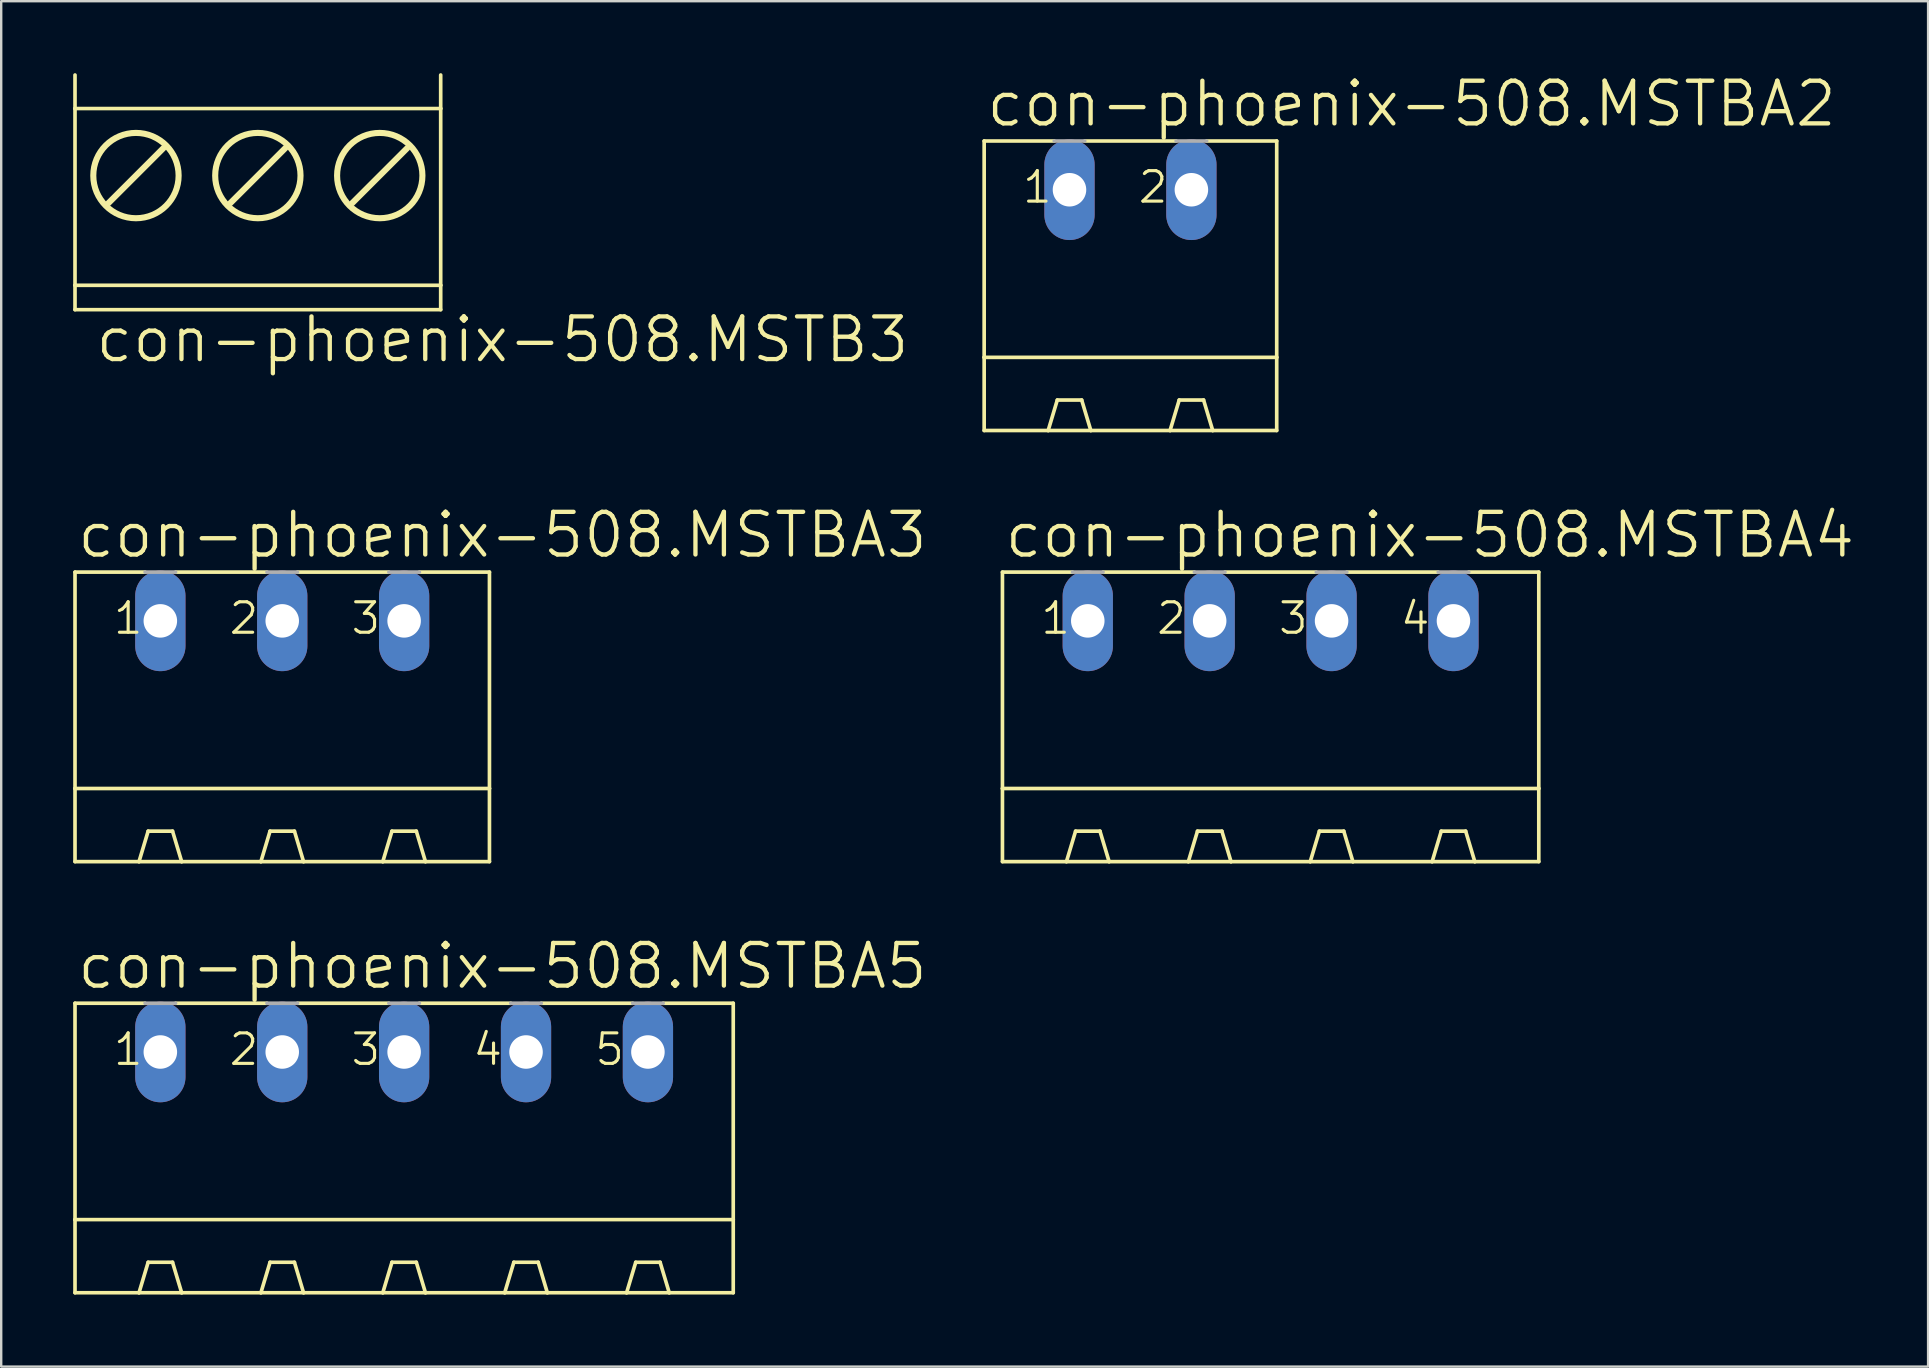
<source format=kicad_pcb>
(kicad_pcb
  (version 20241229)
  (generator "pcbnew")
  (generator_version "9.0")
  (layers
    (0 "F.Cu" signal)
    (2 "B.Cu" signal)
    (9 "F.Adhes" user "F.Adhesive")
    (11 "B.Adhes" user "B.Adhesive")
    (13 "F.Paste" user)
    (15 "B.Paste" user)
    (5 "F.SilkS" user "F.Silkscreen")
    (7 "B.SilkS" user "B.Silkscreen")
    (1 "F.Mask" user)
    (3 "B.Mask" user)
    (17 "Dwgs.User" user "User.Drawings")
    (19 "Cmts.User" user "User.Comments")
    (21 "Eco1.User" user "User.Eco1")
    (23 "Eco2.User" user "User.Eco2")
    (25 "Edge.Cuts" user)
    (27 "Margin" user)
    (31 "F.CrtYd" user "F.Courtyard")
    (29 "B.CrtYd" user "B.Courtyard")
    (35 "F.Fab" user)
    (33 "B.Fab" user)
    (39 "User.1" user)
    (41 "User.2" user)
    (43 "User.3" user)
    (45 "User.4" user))
  (footprint "con-phoenix-508.MSTB3"
    (layer "F.Cu")
    (at 7.696 5.283)
    (property "Reference" "con-phoenix-508.MSTB3" (at -6.858 6.858 0) (layer "F.SilkS") (effects (font (size 1.778 1.778) (thickness 0.18)) (justify left bottom)))
    (fp_line (start -7.62 -3.81) (end -7.62 -5.207) (stroke (width 0.152) (type default)) (layer "F.SilkS"))
    (fp_line (start -7.62 -3.81) (end -7.62 3.556) (stroke (width 0.152) (type default)) (layer "F.SilkS"))
    (fp_line (start -7.62 -3.81) (end 7.62 -3.81) (stroke (width 0.152) (type default)) (layer "F.SilkS"))
    (fp_line (start -7.62 3.556) (end -7.62 4.572) (stroke (width 0.152) (type default)) (layer "F.SilkS"))
    (fp_line (start -7.62 3.556) (end 7.62 3.556) (stroke (width 0.152) (type default)) (layer "F.SilkS"))
    (fp_line (start -7.62 4.572) (end 7.62 4.572) (stroke (width 0.152) (type default)) (layer "F.SilkS"))
    (fp_line (start -6.223 0.127) (end -3.937 -2.159) (stroke (width 0.254) (type default)) (layer "F.SilkS"))
    (fp_line (start -1.143 0.127) (end 1.143 -2.159) (stroke (width 0.254) (type default)) (layer "F.SilkS"))
    (fp_line (start 3.937 0.127) (end 6.223 -2.159) (stroke (width 0.254) (type default)) (layer "F.SilkS"))
    (fp_line (start 7.62 -3.81) (end 7.62 -5.207) (stroke (width 0.152) (type default)) (layer "F.SilkS"))
    (fp_line (start 7.62 -3.81) (end 7.62 3.556) (stroke (width 0.152) (type default)) (layer "F.SilkS"))
    (fp_line (start 7.62 3.556) (end 7.62 4.572) (stroke (width 0.152) (type default)) (layer "F.SilkS"))
    (fp_circle (center -5.08 -1.016) (end -3.302 -1.016) (stroke (width 0.254) (type default)) (fill no) (layer "F.SilkS"))
    (fp_circle (center 0 -1.016) (end 1.778 -1.016) (stroke (width 0.254) (type default)) (fill no) (layer "F.SilkS"))
    (fp_circle (center 5.08 -1.016) (end 6.858 -1.016) (stroke (width 0.254) (type default)) (fill no) (layer "F.SilkS")))
  (footprint "con-phoenix-508.MSTBA5"
    (layer "F.Cu")
    (at 13.792 45.872)
    (property "Reference" "con-phoenix-508.MSTBA5" (at -13.716 -7.62 0) (layer "F.SilkS") (effects (font (size 1.778 1.778) (thickness 0.18)) (justify left bottom)))
    (attr through_hole)
    (fp_line (start -13.716 -7.112) (end -13.716 1.905) (stroke (width 0.152) (type default)) (layer "F.SilkS"))
    (fp_line (start -13.716 -7.112) (end -10.795 -7.112) (stroke (width 0.152) (type default)) (layer "F.SilkS"))
    (fp_line (start -13.716 1.905) (end -13.716 4.953) (stroke (width 0.152) (type default)) (layer "F.SilkS"))
    (fp_line (start -13.716 1.905) (end 13.716 1.905) (stroke (width 0.152) (type default)) (layer "F.SilkS"))
    (fp_line (start -13.716 4.953) (end -11.049 4.953) (stroke (width 0.152) (type default)) (layer "F.SilkS"))
    (fp_line (start -11.049 4.953) (end -10.668 3.683) (stroke (width 0.152) (type default)) (layer "F.SilkS"))
    (fp_line (start -11.049 4.953) (end -9.271 4.953) (stroke (width 0.152) (type default)) (layer "F.SilkS"))
    (fp_line (start -9.652 3.683) (end -10.668 3.683) (stroke (width 0.152) (type default)) (layer "F.SilkS"))
    (fp_line (start -9.525 -7.112) (end -5.715 -7.112) (stroke (width 0.152) (type default)) (layer "F.SilkS"))
    (fp_line (start -9.271 4.953) (end -9.652 3.683) (stroke (width 0.152) (type default)) (layer "F.SilkS"))
    (fp_line (start -9.271 4.953) (end -5.969 4.953) (stroke (width 0.152) (type default)) (layer "F.SilkS"))
    (fp_line (start -5.969 4.953) (end -5.588 3.683) (stroke (width 0.152) (type default)) (layer "F.SilkS"))
    (fp_line (start -5.969 4.953) (end -4.191 4.953) (stroke (width 0.152) (type default)) (layer "F.SilkS"))
    (fp_line (start -5.588 3.683) (end -4.572 3.683) (stroke (width 0.152) (type default)) (layer "F.SilkS"))
    (fp_line (start -4.445 -7.112) (end -0.635 -7.112) (stroke (width 0.152) (type default)) (layer "F.SilkS"))
    (fp_line (start -4.191 4.953) (end -4.572 3.683) (stroke (width 0.152) (type default)) (layer "F.SilkS"))
    (fp_line (start -4.191 4.953) (end -0.889 4.953) (stroke (width 0.152) (type default)) (layer "F.SilkS"))
    (fp_line (start -0.889 4.953) (end -0.508 3.683) (stroke (width 0.152) (type default)) (layer "F.SilkS"))
    (fp_line (start -0.889 4.953) (end 0.889 4.953) (stroke (width 0.152) (type default)) (layer "F.SilkS"))
    (fp_line (start -0.508 3.683) (end 0.508 3.683) (stroke (width 0.152) (type default)) (layer "F.SilkS"))
    (fp_line (start 0.635 -7.112) (end 4.445 -7.112) (stroke (width 0.152) (type default)) (layer "F.SilkS"))
    (fp_line (start 0.889 4.953) (end 0.508 3.683) (stroke (width 0.152) (type default)) (layer "F.SilkS"))
    (fp_line (start 0.889 4.953) (end 4.191 4.953) (stroke (width 0.152) (type default)) (layer "F.SilkS"))
    (fp_line (start 4.191 4.953) (end 4.572 3.683) (stroke (width 0.152) (type default)) (layer "F.SilkS"))
    (fp_line (start 4.191 4.953) (end 5.969 4.953) (stroke (width 0.152) (type default)) (layer "F.SilkS"))
    (fp_line (start 4.572 3.683) (end 5.588 3.683) (stroke (width 0.152) (type default)) (layer "F.SilkS"))
    (fp_line (start 5.715 -7.112) (end 9.525 -7.112) (stroke (width 0.152) (type default)) (layer "F.SilkS"))
    (fp_line (start 5.969 4.953) (end 5.588 3.683) (stroke (width 0.152) (type default)) (layer "F.SilkS"))
    (fp_line (start 5.969 4.953) (end 9.271 4.953) (stroke (width 0.152) (type default)) (layer "F.SilkS"))
    (fp_line (start 9.271 4.953) (end 9.652 3.683) (stroke (width 0.152) (type default)) (layer "F.SilkS"))
    (fp_line (start 9.271 4.953) (end 11.049 4.953) (stroke (width 0.152) (type default)) (layer "F.SilkS"))
    (fp_line (start 9.652 3.683) (end 10.668 3.683) (stroke (width 0.152) (type default)) (layer "F.SilkS"))
    (fp_line (start 10.795 -7.112) (end 13.716 -7.112) (stroke (width 0.152) (type default)) (layer "F.SilkS"))
    (fp_line (start 11.049 4.953) (end 10.668 3.683) (stroke (width 0.152) (type default)) (layer "F.SilkS"))
    (fp_line (start 11.049 4.953) (end 13.716 4.953) (stroke (width 0.152) (type default)) (layer "F.SilkS"))
    (fp_line (start 13.716 -7.112) (end 13.716 1.905) (stroke (width 0.152) (type default)) (layer "F.SilkS"))
    (fp_line (start 13.716 1.905) (end 13.716 4.953) (stroke (width 0.152) (type default)) (layer "F.SilkS"))
    (fp_line (start -10.795 -7.112) (end -9.525 -7.112) (stroke (width 0.152) (type default)) (layer "F.Fab"))
    (fp_line (start -5.715 -7.112) (end -4.445 -7.112) (stroke (width 0.152) (type default)) (layer "F.Fab"))
    (fp_line (start -0.635 -7.112) (end 0.635 -7.112) (stroke (width 0.152) (type default)) (layer "F.Fab"))
    (fp_line (start 4.445 -7.112) (end 5.715 -7.112) (stroke (width 0.152) (type default)) (layer "F.Fab"))
    (fp_line (start 9.525 -7.112) (end 10.795 -7.112) (stroke (width 0.152) (type default)) (layer "F.Fab"))
    (fp_text user "1" (at -12.192 -4.445 0) (layer "F.SilkS") (effects (font (size 1.27 1.27) (thickness 0.13)) (justify left bottom)))
    (fp_text user "2" (at -7.366 -4.445 0) (layer "F.SilkS") (effects (font (size 1.27 1.27) (thickness 0.13)) (justify left bottom)))
    (fp_text user "4" (at 2.794 -4.445 0) (layer "F.SilkS") (effects (font (size 1.27 1.27) (thickness 0.13)) (justify left bottom)))
    (fp_text user "3" (at -2.286 -4.445 0) (layer "F.SilkS") (effects (font (size 1.27 1.27) (thickness 0.13)) (justify left bottom)))
    (fp_text user "5" (at 7.874 -4.445 0) (layer "F.SilkS") (effects (font (size 1.27 1.27) (thickness 0.13)) (justify left bottom)))
    (pad "1" thru_hole oval (at -10.16 -5.08 90) (size 4.191 2.095) (drill 1.397) (layers "*.Cu" "*.Mask"))
    (pad "2" thru_hole oval (at -5.08 -5.08 90) (size 4.191 2.095) (drill 1.397) (layers "*.Cu" "*.Mask"))
    (pad "3" thru_hole oval (at 0 -5.08 90) (size 4.191 2.095) (drill 1.397) (layers "*.Cu" "*.Mask"))
    (pad "4" thru_hole oval (at 5.08 -5.08 90) (size 4.191 2.095) (drill 1.397) (layers "*.Cu" "*.Mask"))
    (pad "5" thru_hole oval (at 10.16 -5.08 90) (size 4.191 2.095) (drill 1.397) (layers "*.Cu" "*.Mask")))
  (footprint "con-phoenix-508.MSTBA2"
    (layer "F.Cu")
    (at 44.061 9.938)
    (property "Reference" "con-phoenix-508.MSTBA2" (at -6.096 -7.62 0) (layer "F.SilkS") (effects (font (size 1.778 1.778) (thickness 0.18)) (justify left bottom)))
    (attr through_hole)
    (fp_line (start -6.096 -7.112) (end -6.096 1.905) (stroke (width 0.152) (type default)) (layer "F.SilkS"))
    (fp_line (start -6.096 -7.112) (end -3.175 -7.112) (stroke (width 0.152) (type default)) (layer "F.SilkS"))
    (fp_line (start -6.096 1.905) (end -6.096 4.953) (stroke (width 0.152) (type default)) (layer "F.SilkS"))
    (fp_line (start -6.096 1.905) (end 6.096 1.905) (stroke (width 0.152) (type default)) (layer "F.SilkS"))
    (fp_line (start -6.096 4.953) (end -3.429 4.953) (stroke (width 0.152) (type default)) (layer "F.SilkS"))
    (fp_line (start -3.429 4.953) (end -3.048 3.683) (stroke (width 0.152) (type default)) (layer "F.SilkS"))
    (fp_line (start -3.429 4.953) (end -1.651 4.953) (stroke (width 0.152) (type default)) (layer "F.SilkS"))
    (fp_line (start -2.032 3.683) (end -3.048 3.683) (stroke (width 0.152) (type default)) (layer "F.SilkS"))
    (fp_line (start -1.905 -7.112) (end 1.905 -7.112) (stroke (width 0.152) (type default)) (layer "F.SilkS"))
    (fp_line (start -1.651 4.953) (end -2.032 3.683) (stroke (width 0.152) (type default)) (layer "F.SilkS"))
    (fp_line (start -1.651 4.953) (end 1.651 4.953) (stroke (width 0.152) (type default)) (layer "F.SilkS"))
    (fp_line (start 1.651 4.953) (end 2.032 3.683) (stroke (width 0.152) (type default)) (layer "F.SilkS"))
    (fp_line (start 1.651 4.953) (end 3.429 4.953) (stroke (width 0.152) (type default)) (layer "F.SilkS"))
    (fp_line (start 2.032 3.683) (end 3.048 3.683) (stroke (width 0.152) (type default)) (layer "F.SilkS"))
    (fp_line (start 3.175 -7.112) (end 6.096 -7.112) (stroke (width 0.152) (type default)) (layer "F.SilkS"))
    (fp_line (start 3.429 4.953) (end 3.048 3.683) (stroke (width 0.152) (type default)) (layer "F.SilkS"))
    (fp_line (start 3.429 4.953) (end 6.096 4.953) (stroke (width 0.152) (type default)) (layer "F.SilkS"))
    (fp_line (start 6.096 -7.112) (end 6.096 1.905) (stroke (width 0.152) (type default)) (layer "F.SilkS"))
    (fp_line (start 6.096 1.905) (end 6.096 4.953) (stroke (width 0.152) (type default)) (layer "F.SilkS"))
    (fp_line (start -3.175 -7.112) (end -1.905 -7.112) (stroke (width 0.152) (type default)) (layer "F.Fab"))
    (fp_line (start 1.905 -7.112) (end 3.175 -7.112) (stroke (width 0.152) (type default)) (layer "F.Fab"))
    (fp_text user "1" (at -4.572 -4.445 0) (layer "F.SilkS") (effects (font (size 1.27 1.27) (thickness 0.13)) (justify left bottom)))
    (fp_text user "2" (at 0.254 -4.445 0) (layer "F.SilkS") (effects (font (size 1.27 1.27) (thickness 0.13)) (justify left bottom)))
    (pad "1" thru_hole oval (at -2.54 -5.08 90) (size 4.191 2.095) (drill 1.397) (layers "*.Cu" "*.Mask"))
    (pad "2" thru_hole oval (at 2.54 -5.08 90) (size 4.191 2.095) (drill 1.397) (layers "*.Cu" "*.Mask")))
  (footprint "con-phoenix-508.MSTBA3"
    (layer "F.Cu")
    (at 8.712 27.905)
    (property "Reference" "con-phoenix-508.MSTBA3" (at -8.636 -7.62 0) (layer "F.SilkS") (effects (font (size 1.778 1.778) (thickness 0.18)) (justify left bottom)))
    (attr through_hole)
    (fp_line (start -8.636 -7.112) (end -8.636 1.905) (stroke (width 0.152) (type default)) (layer "F.SilkS"))
    (fp_line (start -8.636 -7.112) (end -5.715 -7.112) (stroke (width 0.152) (type default)) (layer "F.SilkS"))
    (fp_line (start -8.636 1.905) (end -8.636 4.953) (stroke (width 0.152) (type default)) (layer "F.SilkS"))
    (fp_line (start -8.636 1.905) (end 8.636 1.905) (stroke (width 0.152) (type default)) (layer "F.SilkS"))
    (fp_line (start -8.636 4.953) (end -5.969 4.953) (stroke (width 0.152) (type default)) (layer "F.SilkS"))
    (fp_line (start -5.969 4.953) (end -5.588 3.683) (stroke (width 0.152) (type default)) (layer "F.SilkS"))
    (fp_line (start -5.969 4.953) (end -4.191 4.953) (stroke (width 0.152) (type default)) (layer "F.SilkS"))
    (fp_line (start -4.572 3.683) (end -5.588 3.683) (stroke (width 0.152) (type default)) (layer "F.SilkS"))
    (fp_line (start -4.445 -7.112) (end -0.635 -7.112) (stroke (width 0.152) (type default)) (layer "F.SilkS"))
    (fp_line (start -4.191 4.953) (end -4.572 3.683) (stroke (width 0.152) (type default)) (layer "F.SilkS"))
    (fp_line (start -4.191 4.953) (end -0.889 4.953) (stroke (width 0.152) (type default)) (layer "F.SilkS"))
    (fp_line (start -0.889 4.953) (end -0.508 3.683) (stroke (width 0.152) (type default)) (layer "F.SilkS"))
    (fp_line (start -0.889 4.953) (end 0.889 4.953) (stroke (width 0.152) (type default)) (layer "F.SilkS"))
    (fp_line (start -0.508 3.683) (end 0.508 3.683) (stroke (width 0.152) (type default)) (layer "F.SilkS"))
    (fp_line (start 0.635 -7.112) (end 4.445 -7.112) (stroke (width 0.152) (type default)) (layer "F.SilkS"))
    (fp_line (start 0.889 4.953) (end 0.508 3.683) (stroke (width 0.152) (type default)) (layer "F.SilkS"))
    (fp_line (start 0.889 4.953) (end 4.191 4.953) (stroke (width 0.152) (type default)) (layer "F.SilkS"))
    (fp_line (start 4.191 4.953) (end 4.572 3.683) (stroke (width 0.152) (type default)) (layer "F.SilkS"))
    (fp_line (start 4.191 4.953) (end 5.969 4.953) (stroke (width 0.152) (type default)) (layer "F.SilkS"))
    (fp_line (start 4.572 3.683) (end 5.588 3.683) (stroke (width 0.152) (type default)) (layer "F.SilkS"))
    (fp_line (start 5.715 -7.112) (end 8.636 -7.112) (stroke (width 0.152) (type default)) (layer "F.SilkS"))
    (fp_line (start 5.969 4.953) (end 5.588 3.683) (stroke (width 0.152) (type default)) (layer "F.SilkS"))
    (fp_line (start 5.969 4.953) (end 8.636 4.953) (stroke (width 0.152) (type default)) (layer "F.SilkS"))
    (fp_line (start 8.636 -7.112) (end 8.636 1.905) (stroke (width 0.152) (type default)) (layer "F.SilkS"))
    (fp_line (start 8.636 1.905) (end 8.636 4.953) (stroke (width 0.152) (type default)) (layer "F.SilkS"))
    (fp_line (start -5.715 -7.112) (end -4.445 -7.112) (stroke (width 0.152) (type default)) (layer "F.Fab"))
    (fp_line (start -0.635 -7.112) (end 0.635 -7.112) (stroke (width 0.152) (type default)) (layer "F.Fab"))
    (fp_line (start 4.445 -7.112) (end 5.715 -7.112) (stroke (width 0.152) (type default)) (layer "F.Fab"))
    (fp_text user "2" (at -2.286 -4.445 0) (layer "F.SilkS") (effects (font (size 1.27 1.27) (thickness 0.13)) (justify left bottom)))
    (fp_text user "3" (at 2.794 -4.445 0) (layer "F.SilkS") (effects (font (size 1.27 1.27) (thickness 0.13)) (justify left bottom)))
    (fp_text user "1" (at -7.112 -4.445 0) (layer "F.SilkS") (effects (font (size 1.27 1.27) (thickness 0.13)) (justify left bottom)))
    (pad "1" thru_hole oval (at -5.08 -5.08 90) (size 4.191 2.095) (drill 1.397) (layers "*.Cu" "*.Mask"))
    (pad "2" thru_hole oval (at 0 -5.08 90) (size 4.191 2.095) (drill 1.397) (layers "*.Cu" "*.Mask"))
    (pad "3" thru_hole oval (at 5.08 -5.08 90) (size 4.191 2.095) (drill 1.397) (layers "*.Cu" "*.Mask")))
  (footprint "con-phoenix-508.MSTBA4"
    (layer "F.Cu")
    (at 49.903 27.905)
    (property "Reference" "con-phoenix-508.MSTBA4" (at -11.176 -7.62 0) (layer "F.SilkS") (effects (font (size 1.778 1.778) (thickness 0.18)) (justify left bottom)))
    (attr through_hole)
    (fp_line (start -11.176 -7.112) (end -11.176 1.905) (stroke (width 0.152) (type default)) (layer "F.SilkS"))
    (fp_line (start -11.176 -7.112) (end -8.255 -7.112) (stroke (width 0.152) (type default)) (layer "F.SilkS"))
    (fp_line (start -11.176 1.905) (end -11.176 4.953) (stroke (width 0.152) (type default)) (layer "F.SilkS"))
    (fp_line (start -11.176 1.905) (end 11.176 1.905) (stroke (width 0.152) (type default)) (layer "F.SilkS"))
    (fp_line (start -11.176 4.953) (end -8.509 4.953) (stroke (width 0.152) (type default)) (layer "F.SilkS"))
    (fp_line (start -8.509 4.953) (end -8.128 3.683) (stroke (width 0.152) (type default)) (layer "F.SilkS"))
    (fp_line (start -8.509 4.953) (end -6.731 4.953) (stroke (width 0.152) (type default)) (layer "F.SilkS"))
    (fp_line (start -7.112 3.683) (end -8.128 3.683) (stroke (width 0.152) (type default)) (layer "F.SilkS"))
    (fp_line (start -6.985 -7.112) (end -3.175 -7.112) (stroke (width 0.152) (type default)) (layer "F.SilkS"))
    (fp_line (start -6.731 4.953) (end -7.112 3.683) (stroke (width 0.152) (type default)) (layer "F.SilkS"))
    (fp_line (start -6.731 4.953) (end -3.429 4.953) (stroke (width 0.152) (type default)) (layer "F.SilkS"))
    (fp_line (start -3.429 4.953) (end -3.048 3.683) (stroke (width 0.152) (type default)) (layer "F.SilkS"))
    (fp_line (start -3.429 4.953) (end -1.651 4.953) (stroke (width 0.152) (type default)) (layer "F.SilkS"))
    (fp_line (start -3.048 3.683) (end -2.032 3.683) (stroke (width 0.152) (type default)) (layer "F.SilkS"))
    (fp_line (start -1.905 -7.112) (end 1.905 -7.112) (stroke (width 0.152) (type default)) (layer "F.SilkS"))
    (fp_line (start -1.651 4.953) (end -2.032 3.683) (stroke (width 0.152) (type default)) (layer "F.SilkS"))
    (fp_line (start -1.651 4.953) (end 1.651 4.953) (stroke (width 0.152) (type default)) (layer "F.SilkS"))
    (fp_line (start 1.651 4.953) (end 2.032 3.683) (stroke (width 0.152) (type default)) (layer "F.SilkS"))
    (fp_line (start 1.651 4.953) (end 3.429 4.953) (stroke (width 0.152) (type default)) (layer "F.SilkS"))
    (fp_line (start 2.032 3.683) (end 3.048 3.683) (stroke (width 0.152) (type default)) (layer "F.SilkS"))
    (fp_line (start 3.175 -7.112) (end 6.985 -7.112) (stroke (width 0.152) (type default)) (layer "F.SilkS"))
    (fp_line (start 3.429 4.953) (end 3.048 3.683) (stroke (width 0.152) (type default)) (layer "F.SilkS"))
    (fp_line (start 3.429 4.953) (end 6.731 4.953) (stroke (width 0.152) (type default)) (layer "F.SilkS"))
    (fp_line (start 6.731 4.953) (end 7.112 3.683) (stroke (width 0.152) (type default)) (layer "F.SilkS"))
    (fp_line (start 6.731 4.953) (end 8.509 4.953) (stroke (width 0.152) (type default)) (layer "F.SilkS"))
    (fp_line (start 7.112 3.683) (end 8.128 3.683) (stroke (width 0.152) (type default)) (layer "F.SilkS"))
    (fp_line (start 8.255 -7.112) (end 11.176 -7.112) (stroke (width 0.152) (type default)) (layer "F.SilkS"))
    (fp_line (start 8.509 4.953) (end 8.128 3.683) (stroke (width 0.152) (type default)) (layer "F.SilkS"))
    (fp_line (start 8.509 4.953) (end 11.176 4.953) (stroke (width 0.152) (type default)) (layer "F.SilkS"))
    (fp_line (start 11.176 -7.112) (end 11.176 1.905) (stroke (width 0.152) (type default)) (layer "F.SilkS"))
    (fp_line (start 11.176 1.905) (end 11.176 4.953) (stroke (width 0.152) (type default)) (layer "F.SilkS"))
    (fp_line (start -8.255 -7.112) (end -6.985 -7.112) (stroke (width 0.152) (type default)) (layer "F.Fab"))
    (fp_line (start -3.175 -7.112) (end -1.905 -7.112) (stroke (width 0.152) (type default)) (layer "F.Fab"))
    (fp_line (start 1.905 -7.112) (end 3.175 -7.112) (stroke (width 0.152) (type default)) (layer "F.Fab"))
    (fp_line (start 6.985 -7.112) (end 8.255 -7.112) (stroke (width 0.152) (type default)) (layer "F.Fab"))
    (fp_text user "3" (at 0.254 -4.445 0) (layer "F.SilkS") (effects (font (size 1.27 1.27) (thickness 0.13)) (justify left bottom)))
    (fp_text user "4" (at 5.334 -4.445 0) (layer "F.SilkS") (effects (font (size 1.27 1.27) (thickness 0.13)) (justify left bottom)))
    (fp_text user "1" (at -9.652 -4.445 0) (layer "F.SilkS") (effects (font (size 1.27 1.27) (thickness 0.13)) (justify left bottom)))
    (fp_text user "2" (at -4.826 -4.445 0) (layer "F.SilkS") (effects (font (size 1.27 1.27) (thickness 0.13)) (justify left bottom)))
    (pad "1" thru_hole oval (at -7.62 -5.08 90) (size 4.191 2.095) (drill 1.397) (layers "*.Cu" "*.Mask"))
    (pad "2" thru_hole oval (at -2.54 -5.08 90) (size 4.191 2.095) (drill 1.397) (layers "*.Cu" "*.Mask"))
    (pad "3" thru_hole oval (at 2.54 -5.08 90) (size 4.191 2.095) (drill 1.397) (layers "*.Cu" "*.Mask"))
    (pad "4" thru_hole oval (at 7.62 -5.08 90) (size 4.191 2.095) (drill 1.397) (layers "*.Cu" "*.Mask")))
  (gr_rect
    (start -3 -3)
    (end 77.303 53.902)
    (stroke (width 0.1) (type default))
    (fill no)
    (layer "Edge.Cuts")))
</source>
